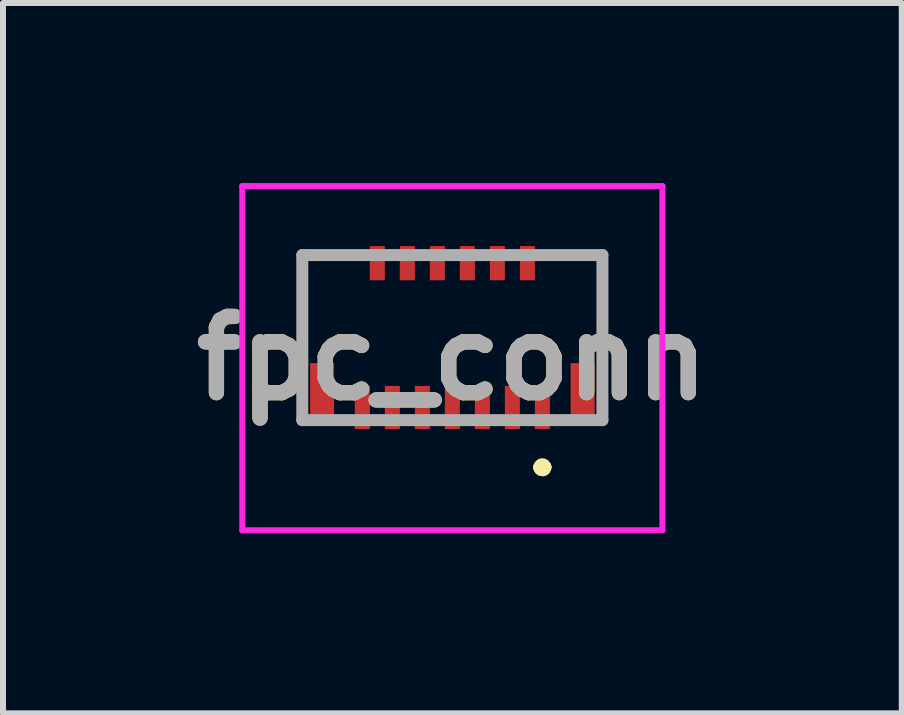
<source format=kicad_pcb>
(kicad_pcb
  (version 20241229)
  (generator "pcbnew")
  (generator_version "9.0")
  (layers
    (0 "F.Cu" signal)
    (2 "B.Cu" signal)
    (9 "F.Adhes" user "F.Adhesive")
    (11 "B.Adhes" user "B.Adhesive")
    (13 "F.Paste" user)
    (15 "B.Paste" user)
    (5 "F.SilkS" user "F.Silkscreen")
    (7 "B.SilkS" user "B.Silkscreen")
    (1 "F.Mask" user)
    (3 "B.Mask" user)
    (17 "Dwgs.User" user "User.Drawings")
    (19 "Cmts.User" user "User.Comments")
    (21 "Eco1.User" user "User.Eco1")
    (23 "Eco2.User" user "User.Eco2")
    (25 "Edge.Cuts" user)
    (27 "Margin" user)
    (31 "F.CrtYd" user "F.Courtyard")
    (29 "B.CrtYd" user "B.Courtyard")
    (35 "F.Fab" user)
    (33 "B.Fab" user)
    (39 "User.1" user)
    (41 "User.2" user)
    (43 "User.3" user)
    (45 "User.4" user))
  (footprint "fpc_conn"
    (layer "F.Cu")
    (at 4.487 2.575)
    (property "Reference" "fpc_conn" (at 0 0.343 0) (layer "F.SilkS") (effects (font (size 1.27 1.27) (thickness 0.254))))
    (attr smd)
    (fp_line (start -2.5 -1.375) (end -2.5 -1.375) (stroke (width 0.1) (type solid)) (layer "F.SilkS"))
    (fp_line (start -2.5 -1.375) (end -2.5 -1.375) (stroke (width 0.1) (type solid)) (layer "F.SilkS"))
    (fp_line (start -2.5 -1.375) (end -2.5 0.01) (stroke (width 0.1) (type solid)) (layer "F.SilkS"))
    (fp_line (start -2.5 -1.375) (end -1.75 -1.375) (stroke (width 0.1) (type solid)) (layer "F.SilkS"))
    (fp_line (start -2.5 0.01) (end -2.5 -1.375) (stroke (width 0.1) (type solid)) (layer "F.SilkS"))
    (fp_line (start -2.5 0.01) (end -2.5 0.01) (stroke (width 0.1) (type solid)) (layer "F.SilkS"))
    (fp_line (start -1.75 -1.375) (end -2.5 -1.375) (stroke (width 0.1) (type solid)) (layer "F.SilkS"))
    (fp_line (start -1.75 -1.375) (end -1.75 -1.375) (stroke (width 0.1) (type solid)) (layer "F.SilkS"))
    (fp_line (start 1.45 2.16) (end 1.45 2.16) (stroke (width 0.2) (type solid)) (layer "F.SilkS"))
    (fp_line (start 1.45 2.16) (end 1.45 2.16) (stroke (width 0.2) (type solid)) (layer "F.SilkS"))
    (fp_line (start 1.55 2.16) (end 1.55 2.16) (stroke (width 0.2) (type solid)) (layer "F.SilkS"))
    (fp_line (start 1.75 -1.375) (end 1.75 -1.375) (stroke (width 0.1) (type solid)) (layer "F.SilkS"))
    (fp_line (start 1.75 -1.375) (end 2.5 -1.375) (stroke (width 0.1) (type solid)) (layer "F.SilkS"))
    (fp_line (start 2.5 -1.375) (end 1.75 -1.375) (stroke (width 0.1) (type solid)) (layer "F.SilkS"))
    (fp_line (start 2.5 -1.375) (end 2.5 -1.375) (stroke (width 0.1) (type solid)) (layer "F.SilkS"))
    (fp_line (start 2.5 -1.375) (end 2.5 -1.375) (stroke (width 0.1) (type solid)) (layer "F.SilkS"))
    (fp_line (start 2.5 -1.375) (end 2.5 0.01) (stroke (width 0.1) (type solid)) (layer "F.SilkS"))
    (fp_line (start 2.5 0.01) (end 2.5 -1.375) (stroke (width 0.1) (type solid)) (layer "F.SilkS"))
    (fp_line (start 2.5 0.01) (end 2.5 0.01) (stroke (width 0.1) (type solid)) (layer "F.SilkS"))
    (fp_arc (start 1.45 2.16) (mid 1.5 2.11) (end 1.55 2.16) (stroke (width 0.2) (type solid)) (layer "F.SilkS"))
    (fp_arc (start 1.55 2.16) (mid 1.5 2.21) (end 1.45 2.16) (stroke (width 0.2) (type solid)) (layer "F.SilkS"))
    (fp_arc (start 1.55 2.16) (mid 1.5 2.21) (end 1.45 2.16) (stroke (width 0.2) (type solid)) (layer "F.SilkS"))
    (fp_line (start -3.5 -2.525) (end 3.5 -2.525) (stroke (width 0.1) (type solid)) (layer "F.CrtYd"))
    (fp_line (start -3.5 3.21) (end -3.5 -2.525) (stroke (width 0.1) (type solid)) (layer "F.CrtYd"))
    (fp_line (start 3.5 -2.525) (end 3.5 3.21) (stroke (width 0.1) (type solid)) (layer "F.CrtYd"))
    (fp_line (start 3.5 3.21) (end -3.5 3.21) (stroke (width 0.1) (type solid)) (layer "F.CrtYd"))
    (fp_line (start -2.5 -1.375) (end -2.5 1.375) (stroke (width 0.2) (type solid)) (layer "F.Fab"))
    (fp_line (start -2.5 1.375) (end 2.5 1.375) (stroke (width 0.2) (type solid)) (layer "F.Fab"))
    (fp_line (start 2.5 -1.375) (end -2.5 -1.375) (stroke (width 0.2) (type solid)) (layer "F.Fab"))
    (fp_line (start 2.5 1.375) (end 2.5 -1.375) (stroke (width 0.2) (type solid)) (layer "F.Fab"))
    (fp_text user "${REFERENCE}" (at 0 0.343 0) (layer "F.Fab") (effects (font (size 1.27 1.27) (thickness 0.254))))
    (pad "1" smd rect (at 1.5 1.165) (size 0.25 0.72) (layers "F.Cu" "F.Mask" "F.Paste"))
    (pad "2" smd rect (at 1.25 -1.24) (size 0.25 0.57) (layers "F.Cu" "F.Mask" "F.Paste"))
    (pad "3" smd rect (at 1 1.165) (size 0.25 0.72) (layers "F.Cu" "F.Mask" "F.Paste"))
    (pad "4" smd rect (at 0.75 -1.24) (size 0.25 0.57) (layers "F.Cu" "F.Mask" "F.Paste"))
    (pad "5" smd rect (at 0.5 1.165) (size 0.25 0.72) (layers "F.Cu" "F.Mask" "F.Paste"))
    (pad "6" smd rect (at 0.25 -1.24) (size 0.25 0.57) (layers "F.Cu" "F.Mask" "F.Paste"))
    (pad "7" smd rect (at 0 1.165) (size 0.25 0.72) (layers "F.Cu" "F.Mask" "F.Paste"))
    (pad "8" smd rect (at -0.25 -1.24) (size 0.25 0.57) (layers "F.Cu" "F.Mask" "F.Paste"))
    (pad "9" smd rect (at -0.5 1.165) (size 0.25 0.72) (layers "F.Cu" "F.Mask" "F.Paste"))
    (pad "10" smd rect (at -0.75 -1.24) (size 0.25 0.57) (layers "F.Cu" "F.Mask" "F.Paste"))
    (pad "11" smd rect (at -1 1.165) (size 0.25 0.72) (layers "F.Cu" "F.Mask" "F.Paste"))
    (pad "12" smd rect (at -1.25 -1.24) (size 0.25 0.57) (layers "F.Cu" "F.Mask" "F.Paste"))
    (pad "13" smd rect (at -1.5 1.165) (size 0.25 0.72) (layers "F.Cu" "F.Mask" "F.Paste"))
    (pad "MP1" smd rect (at 2.17 0.9) (size 0.4 0.95) (layers "F.Cu" "F.Mask" "F.Paste"))
    (pad "MP2" smd rect (at -2.17 0.9) (size 0.4 0.95) (layers "F.Cu" "F.Mask" "F.Paste")))
  (gr_rect
    (start -3 -3)
    (end 11.975 8.835)
    (stroke (width 0.1) (type default))
    (fill no)
    (layer "Edge.Cuts")))
</source>
